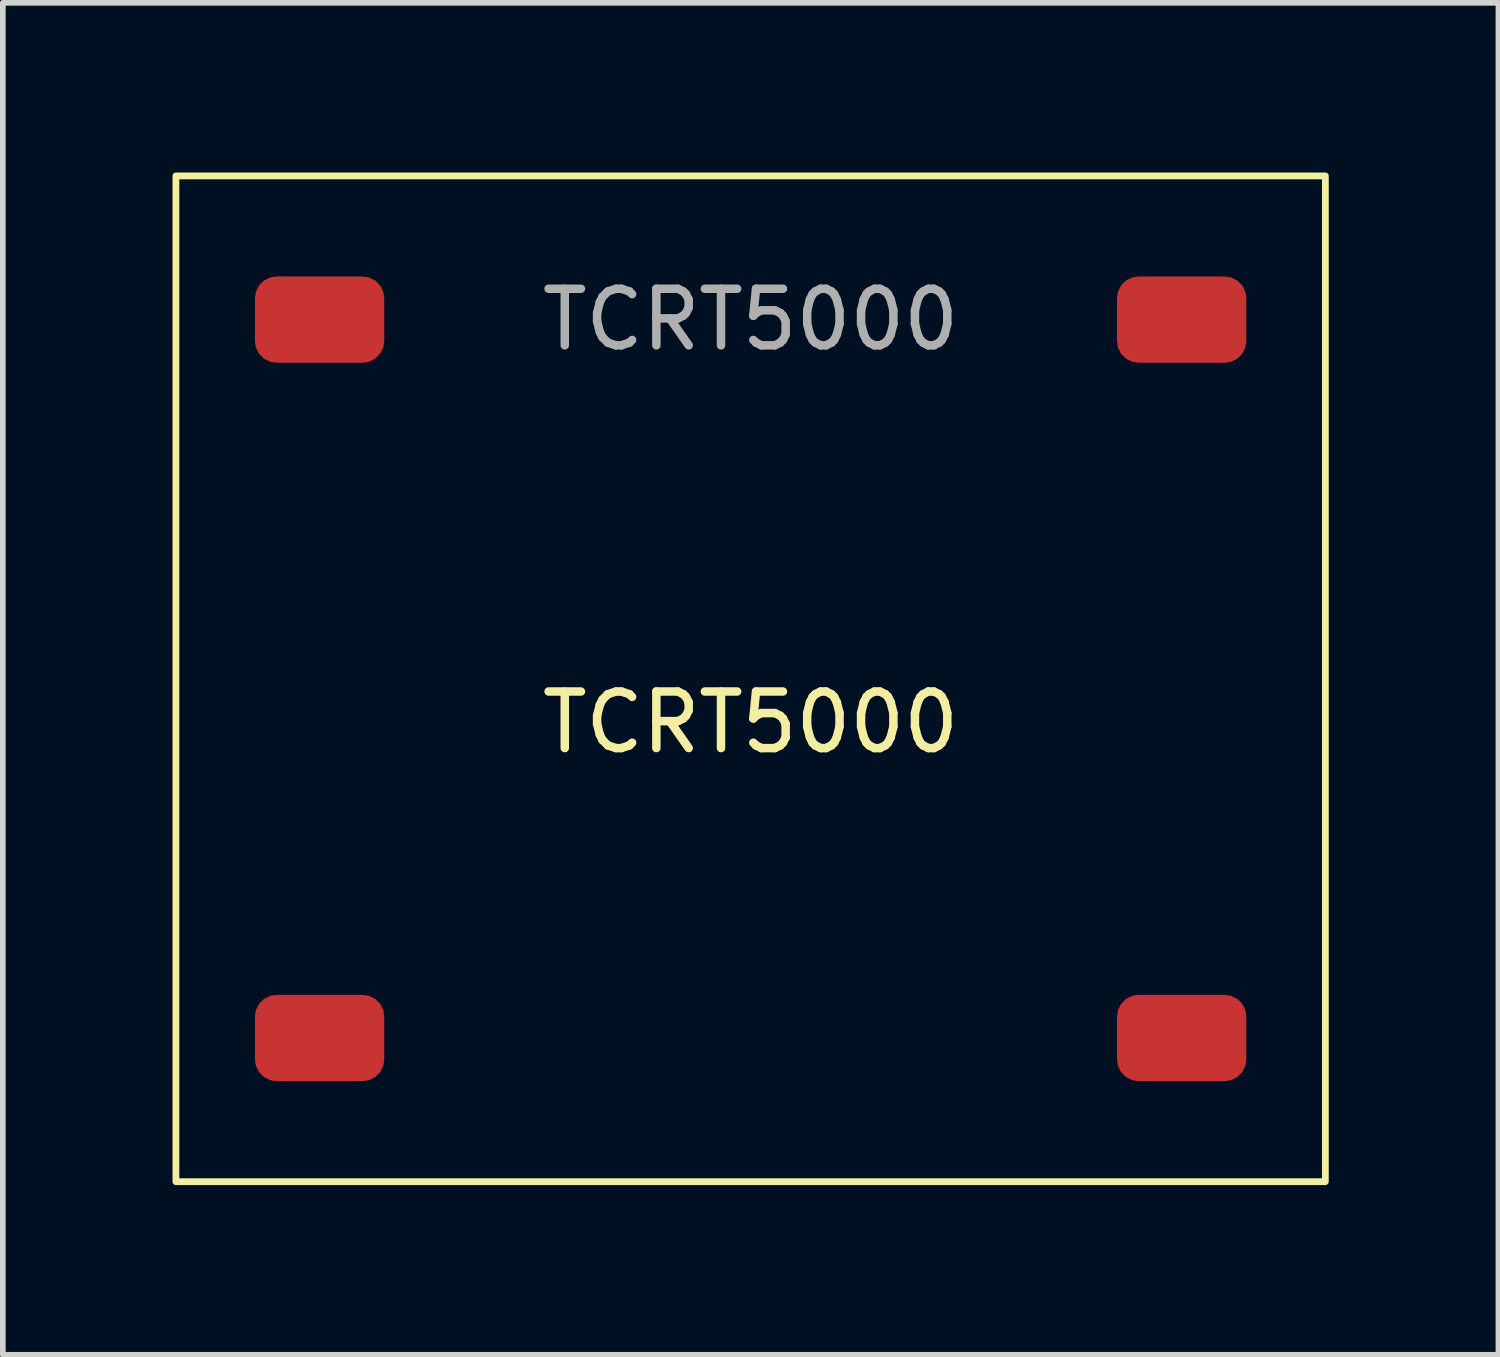
<source format=kicad_pcb>
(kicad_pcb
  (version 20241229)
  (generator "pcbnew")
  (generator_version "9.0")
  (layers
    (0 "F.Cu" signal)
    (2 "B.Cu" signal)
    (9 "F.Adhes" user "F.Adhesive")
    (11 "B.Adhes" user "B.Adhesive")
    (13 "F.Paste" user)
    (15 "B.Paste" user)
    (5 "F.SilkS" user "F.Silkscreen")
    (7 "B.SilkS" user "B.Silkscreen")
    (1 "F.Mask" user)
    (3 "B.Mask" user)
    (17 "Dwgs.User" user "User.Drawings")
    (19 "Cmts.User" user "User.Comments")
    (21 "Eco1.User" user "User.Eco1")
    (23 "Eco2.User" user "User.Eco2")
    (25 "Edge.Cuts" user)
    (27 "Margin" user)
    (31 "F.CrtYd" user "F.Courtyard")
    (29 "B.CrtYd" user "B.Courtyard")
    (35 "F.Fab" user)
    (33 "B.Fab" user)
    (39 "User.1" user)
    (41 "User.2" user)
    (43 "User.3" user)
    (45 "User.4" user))
  (footprint "TCRT5000"
    (layer "F.Cu")
    (at 10.22 10.22)
    (property "Reference" "TCRT5000" (at 0 -0.5 0) (unlocked yes) (layer "F.SilkS") (effects (font (size 1 1) (thickness 0.15))))
    (attr smd)
    (fp_rect (start -10.16 -10.16) (end 10.16 7.62) (stroke (width 0.12) (type solid)) (fill no) (layer "F.SilkS"))
    (fp_text user "${REFERENCE}" (at 0 -7.62 0) (unlocked yes) (layer "F.Fab") (effects (font (size 1 1) (thickness 0.15))))
    (pad "1" smd roundrect (at 7.62 -7.62) (size 2.286 1.524) (layers "F.Cu" "F.Mask" "F.Paste") (roundrect_rratio 0.25))
    (pad "2" smd roundrect (at 7.62 5.08) (size 2.286 1.524) (layers "F.Cu" "F.Mask" "F.Paste") (roundrect_rratio 0.25))
    (pad "3" smd roundrect (at -7.62 5.08) (size 2.286 1.524) (layers "F.Cu" "F.Mask" "F.Paste") (roundrect_rratio 0.25))
    (pad "4" smd roundrect (at -7.62 -7.62) (size 2.286 1.524) (layers "F.Cu" "F.Mask" "F.Paste") (roundrect_rratio 0.25)))
  (gr_rect
    (start -3 -3)
    (end 23.44 20.9)
    (stroke (width 0.1) (type default))
    (fill no)
    (layer "Edge.Cuts")))
</source>
